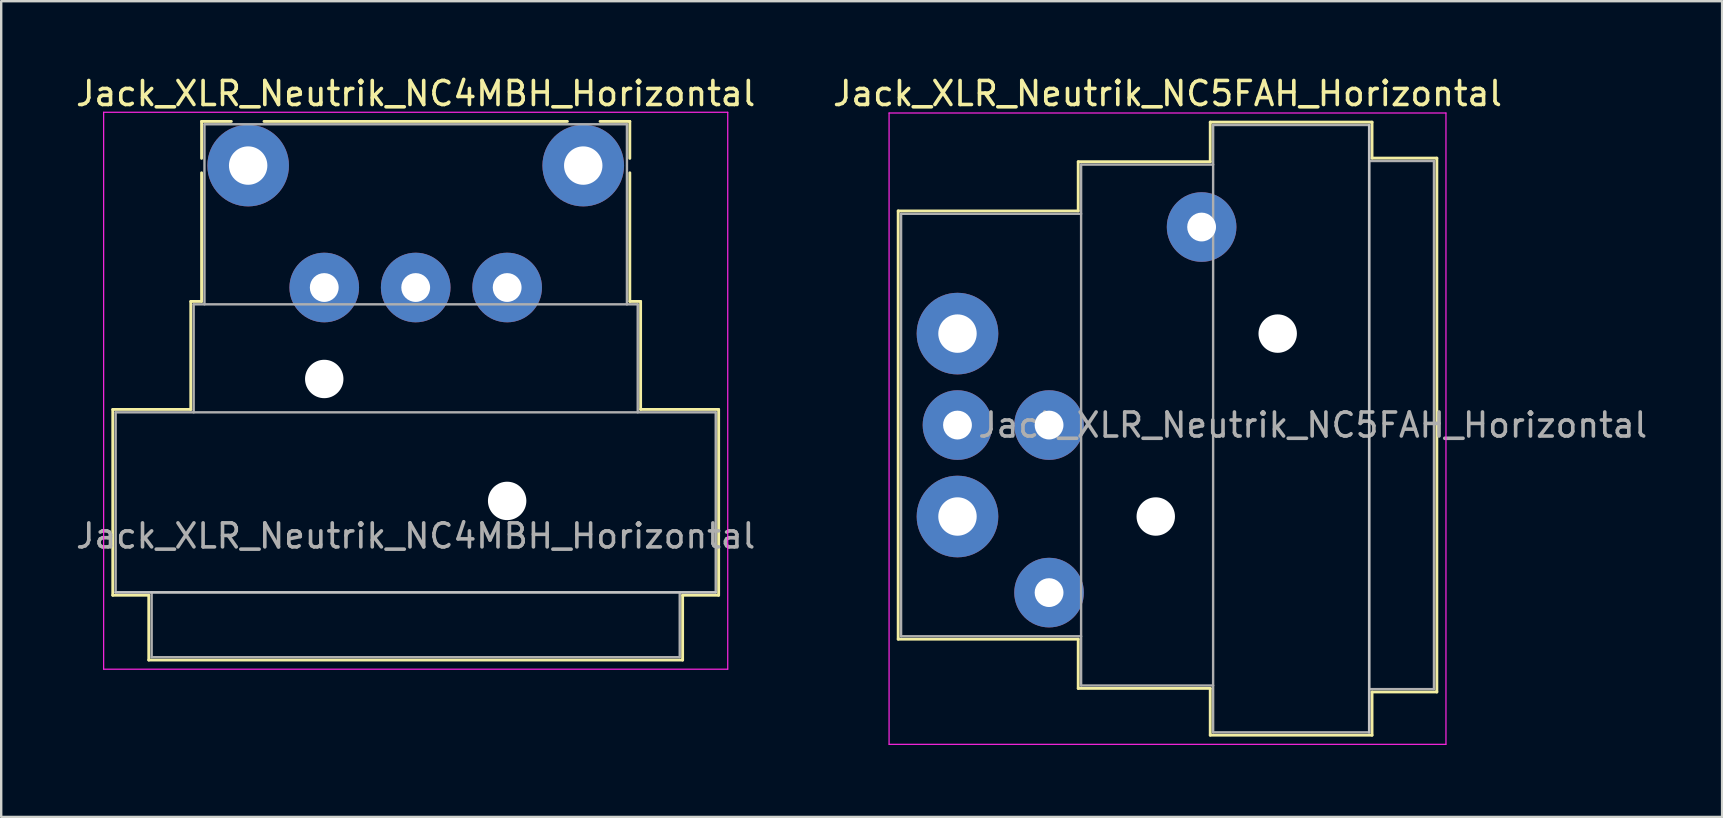
<source format=kicad_pcb>
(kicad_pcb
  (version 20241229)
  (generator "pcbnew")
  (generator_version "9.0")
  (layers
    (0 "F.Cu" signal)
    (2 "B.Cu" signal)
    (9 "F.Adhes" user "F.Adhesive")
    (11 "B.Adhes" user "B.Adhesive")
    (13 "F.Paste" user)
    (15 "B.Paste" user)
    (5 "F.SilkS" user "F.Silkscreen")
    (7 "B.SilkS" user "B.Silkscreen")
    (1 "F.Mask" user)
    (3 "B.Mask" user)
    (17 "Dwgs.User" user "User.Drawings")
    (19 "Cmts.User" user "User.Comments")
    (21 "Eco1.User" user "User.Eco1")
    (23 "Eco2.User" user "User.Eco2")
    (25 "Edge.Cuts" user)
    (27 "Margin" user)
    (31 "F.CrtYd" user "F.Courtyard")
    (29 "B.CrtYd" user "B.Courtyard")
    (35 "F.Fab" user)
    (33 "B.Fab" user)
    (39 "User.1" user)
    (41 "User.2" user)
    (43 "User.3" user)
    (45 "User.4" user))
  (footprint "Jack_XLR_Neutrik_NC5FAH_Horizontal"
    (layer "F.Cu")
    (at 36.839 10.848)
    (property "Reference" "Jack_XLR_Neutrik_NC5FAH_Horizontal" (at 8.75 -10 0) (layer "F.SilkS") (effects (font (size 1 1) (thickness 0.15))))
    (attr through_hole)
    (fp_line (start -2.47 -5.11) (end -2.47 12.73) (stroke (width 0.12) (type solid)) (layer "F.SilkS"))
    (fp_line (start 5.03 -5.11) (end -2.47 -5.11) (stroke (width 0.12) (type solid)) (layer "F.SilkS"))
    (fp_line (start 5.03 -5.11) (end 5.03 -7.16) (stroke (width 0.12) (type solid)) (layer "F.SilkS"))
    (fp_line (start 5.03 12.73) (end -2.47 12.73) (stroke (width 0.12) (type solid)) (layer "F.SilkS"))
    (fp_line (start 5.03 12.73) (end 5.03 14.78) (stroke (width 0.12) (type solid)) (layer "F.SilkS"))
    (fp_line (start 10.53 -7.16) (end 5.03 -7.16) (stroke (width 0.12) (type solid)) (layer "F.SilkS"))
    (fp_line (start 10.53 -7.16) (end 10.53 -8.81) (stroke (width 0.12) (type solid)) (layer "F.SilkS"))
    (fp_line (start 10.53 14.78) (end 5.03 14.78) (stroke (width 0.12) (type solid)) (layer "F.SilkS"))
    (fp_line (start 10.53 16.73) (end 10.53 14.78) (stroke (width 0.12) (type solid)) (layer "F.SilkS"))
    (fp_line (start 17.27 -8.81) (end 10.53 -8.81) (stroke (width 0.12) (type solid)) (layer "F.SilkS"))
    (fp_line (start 17.27 -8.81) (end 17.27 -7.31) (stroke (width 0.12) (type solid)) (layer "F.SilkS"))
    (fp_line (start 17.27 -7.31) (end 19.97 -7.31) (stroke (width 0.12) (type solid)) (layer "F.SilkS"))
    (fp_line (start 17.27 14.93) (end 17.27 16.73) (stroke (width 0.12) (type solid)) (layer "F.SilkS"))
    (fp_line (start 17.27 14.93) (end 19.97 14.93) (stroke (width 0.12) (type solid)) (layer "F.SilkS"))
    (fp_line (start 17.27 16.73) (end 10.53 16.73) (stroke (width 0.12) (type solid)) (layer "F.SilkS"))
    (fp_line (start 19.97 -7.31) (end 19.97 14.93) (stroke (width 0.12) (type solid)) (layer "F.SilkS"))
    (fp_line (start 17.15 -8.69) (end 17.15 16.61) (stroke (width 0.1) (type solid)) (layer "Dwgs.User"))
    (fp_line (start -2.85 -9.19) (end -2.85 17.11) (stroke (width 0.05) (type solid)) (layer "F.CrtYd"))
    (fp_line (start 20.35 -9.19) (end -2.85 -9.19) (stroke (width 0.05) (type solid)) (layer "F.CrtYd"))
    (fp_line (start 20.35 -9.19) (end 20.35 17.11) (stroke (width 0.05) (type solid)) (layer "F.CrtYd"))
    (fp_line (start 20.35 17.11) (end -2.85 17.11) (stroke (width 0.05) (type solid)) (layer "F.CrtYd"))
    (fp_line (start -2.35 -4.99) (end -2.35 12.61) (stroke (width 0.1) (type solid)) (layer "F.Fab"))
    (fp_line (start 5.15 -4.99) (end -2.35 -4.99) (stroke (width 0.1) (type solid)) (layer "F.Fab"))
    (fp_line (start 5.15 12.61) (end -2.35 12.61) (stroke (width 0.1) (type solid)) (layer "F.Fab"))
    (fp_line (start 5.15 14.66) (end 5.15 -7.04) (stroke (width 0.1) (type solid)) (layer "F.Fab"))
    (fp_line (start 5.15 14.66) (end 10.65 14.66) (stroke (width 0.1) (type solid)) (layer "F.Fab"))
    (fp_line (start 10.65 -8.69) (end 17.15 -8.69) (stroke (width 0.1) (type solid)) (layer "F.Fab"))
    (fp_line (start 10.65 -7.04) (end 5.15 -7.04) (stroke (width 0.1) (type solid)) (layer "F.Fab"))
    (fp_line (start 10.65 16.61) (end 10.65 -8.69) (stroke (width 0.1) (type solid)) (layer "F.Fab"))
    (fp_line (start 17.15 -8.69) (end 17.15 16.61) (stroke (width 0.1) (type solid)) (layer "F.Fab"))
    (fp_line (start 17.15 -7.19) (end 19.85 -7.19) (stroke (width 0.1) (type solid)) (layer "F.Fab"))
    (fp_line (start 17.15 16.61) (end 10.65 16.61) (stroke (width 0.1) (type solid)) (layer "F.Fab"))
    (fp_line (start 19.85 -7.19) (end 19.85 14.81) (stroke (width 0.1) (type solid)) (layer "F.Fab"))
    (fp_line (start 19.85 14.81) (end 17.15 14.81) (stroke (width 0.1) (type solid)) (layer "F.Fab"))
    (fp_text user "${REFERENCE}" (at 14.8 3.81 0) (layer "F.Fab") (effects (font (size 1 1) (thickness 0.15))))
    (pad "" np_thru_hole circle (at 8.26 7.62) (size 1.6 1.6) (drill 1.6) (layers "*.Cu" "*.Mask"))
    (pad "" np_thru_hole circle (at 13.34 0) (size 1.6 1.6) (drill 1.6) (layers "*.Cu" "*.Mask"))
    (pad "1" thru_hole circle (at 0 0) (size 3.4 3.4) (drill 1.6) (layers "*.Cu" "*.Mask"))
    (pad "2" thru_hole circle (at 3.815 3.81) (size 2.9 2.9) (drill 1.2) (layers "*.Cu" "*.Mask"))
    (pad "3" thru_hole circle (at 0 3.81) (size 2.9 2.9) (drill 1.2) (layers "*.Cu" "*.Mask"))
    (pad "4" thru_hole circle (at 3.815 10.79) (size 2.9 2.9) (drill 1.2) (layers "*.Cu" "*.Mask"))
    (pad "5" thru_hole circle (at 0 7.62) (size 3.4 3.4) (drill 1.6) (layers "*.Cu" "*.Mask"))
    (pad "G" thru_hole circle (at 10.17 -4.44) (size 2.9 2.9) (drill 1.2) (layers "*.Cu" "*.Mask")))
  (footprint "Jack_XLR_Neutrik_NC4MBH_Horizontal"
    (layer "F.Cu")
    (at 7.288 3.848)
    (property "Reference" "Jack_XLR_Neutrik_NC4MBH_Horizontal" (at 6.98 -3 0) (layer "F.SilkS") (effects (font (size 1 1) (thickness 0.15))))
    (attr through_hole)
    (fp_line (start -5.64 10.16) (end -2.39 10.16) (stroke (width 0.12) (type solid)) (layer "F.SilkS"))
    (fp_line (start -5.64 17.9) (end -5.64 10.16) (stroke (width 0.12) (type solid)) (layer "F.SilkS"))
    (fp_line (start -4.14 17.9) (end -5.64 17.9) (stroke (width 0.12) (type solid)) (layer "F.SilkS"))
    (fp_line (start -4.14 17.9) (end -4.14 20.6) (stroke (width 0.12) (type solid)) (layer "F.SilkS"))
    (fp_line (start -2.39 10.16) (end -2.39 5.66) (stroke (width 0.12) (type solid)) (layer "F.SilkS"))
    (fp_line (start -1.94 -1.84) (end -1.94 -0.3) (stroke (width 0.12) (type solid)) (layer "F.SilkS"))
    (fp_line (start -1.94 -1.84) (end -0.7 -1.84) (stroke (width 0.12) (type solid)) (layer "F.SilkS"))
    (fp_line (start -1.94 5.66) (end -2.39 5.66) (stroke (width 0.12) (type solid)) (layer "F.SilkS"))
    (fp_line (start -1.94 5.66) (end -1.94 0.3) (stroke (width 0.12) (type solid)) (layer "F.SilkS"))
    (fp_line (start 13.3 -1.84) (end 0.66 -1.84) (stroke (width 0.12) (type solid)) (layer "F.SilkS"))
    (fp_line (start 15.9 -1.84) (end 14.66 -1.84) (stroke (width 0.12) (type solid)) (layer "F.SilkS"))
    (fp_line (start 15.9 -1.84) (end 15.9 -0.3) (stroke (width 0.12) (type solid)) (layer "F.SilkS"))
    (fp_line (start 15.9 5.66) (end 15.9 0.3) (stroke (width 0.12) (type solid)) (layer "F.SilkS"))
    (fp_line (start 15.9 5.66) (end 16.35 5.66) (stroke (width 0.12) (type solid)) (layer "F.SilkS"))
    (fp_line (start 16.35 10.16) (end 16.35 5.66) (stroke (width 0.12) (type solid)) (layer "F.SilkS"))
    (fp_line (start 16.35 10.16) (end 19.6 10.16) (stroke (width 0.12) (type solid)) (layer "F.SilkS"))
    (fp_line (start 18.1 17.9) (end 18.1 20.6) (stroke (width 0.12) (type solid)) (layer "F.SilkS"))
    (fp_line (start 18.1 20.6) (end -4.14 20.6) (stroke (width 0.12) (type solid)) (layer "F.SilkS"))
    (fp_line (start 19.6 17.9) (end 18.1 17.9) (stroke (width 0.12) (type solid)) (layer "F.SilkS"))
    (fp_line (start 19.6 17.9) (end 19.6 10.16) (stroke (width 0.12) (type solid)) (layer "F.SilkS"))
    (fp_line (start 19.48 17.78) (end -5.52 17.78) (stroke (width 0.1) (type solid)) (layer "Dwgs.User"))
    (fp_line (start -6.02 20.98) (end -6.02 -2.22) (stroke (width 0.05) (type solid)) (layer "F.CrtYd"))
    (fp_line (start 19.98 -2.22) (end -6.02 -2.22) (stroke (width 0.05) (type solid)) (layer "F.CrtYd"))
    (fp_line (start 19.98 20.98) (end -6.02 20.98) (stroke (width 0.05) (type solid)) (layer "F.CrtYd"))
    (fp_line (start 19.98 20.98) (end 19.98 -2.22) (stroke (width 0.05) (type solid)) (layer "F.CrtYd"))
    (fp_line (start -5.52 10.28) (end 19.48 10.28) (stroke (width 0.1) (type solid)) (layer "F.Fab"))
    (fp_line (start -5.52 17.78) (end -5.52 10.28) (stroke (width 0.1) (type solid)) (layer "F.Fab"))
    (fp_line (start -4.02 20.48) (end -4.02 17.78) (stroke (width 0.1) (type solid)) (layer "F.Fab"))
    (fp_line (start -2.27 5.78) (end -2.27 10.28) (stroke (width 0.1) (type solid)) (layer "F.Fab"))
    (fp_line (start -2.27 5.78) (end 16.23 5.78) (stroke (width 0.1) (type solid)) (layer "F.Fab"))
    (fp_line (start -1.82 5.78) (end -1.82 -1.72) (stroke (width 0.1) (type solid)) (layer "F.Fab"))
    (fp_line (start 15.78 -1.72) (end -1.82 -1.72) (stroke (width 0.1) (type solid)) (layer "F.Fab"))
    (fp_line (start 15.78 5.78) (end 15.78 -1.72) (stroke (width 0.1) (type solid)) (layer "F.Fab"))
    (fp_line (start 16.23 10.28) (end 16.23 5.78) (stroke (width 0.1) (type solid)) (layer "F.Fab"))
    (fp_line (start 17.98 17.78) (end 17.98 20.48) (stroke (width 0.1) (type solid)) (layer "F.Fab"))
    (fp_line (start 17.98 20.48) (end -4.02 20.48) (stroke (width 0.1) (type solid)) (layer "F.Fab"))
    (fp_line (start 19.48 10.28) (end 19.48 17.78) (stroke (width 0.1) (type solid)) (layer "F.Fab"))
    (fp_line (start 19.48 17.78) (end -5.52 17.78) (stroke (width 0.1) (type solid)) (layer "F.Fab"))
    (fp_text user "${REFERENCE}" (at 6.98 15.43 0) (layer "F.Fab") (effects (font (size 1 1) (thickness 0.15))))
    (pad "" np_thru_hole circle (at 3.17 8.89) (size 1.6 1.6) (drill 1.6) (layers "*.Cu" "*.Mask"))
    (pad "" np_thru_hole circle (at 10.79 13.97) (size 1.6 1.6) (drill 1.6) (layers "*.Cu" "*.Mask"))
    (pad "1" thru_hole circle (at 0 0) (size 3.4 3.4) (drill 1.6) (layers "*.Cu" "*.Mask"))
    (pad "2" thru_hole circle (at 3.17 5.08) (size 2.9 2.9) (drill 1.2) (layers "*.Cu" "*.Mask"))
    (pad "3" thru_hole circle (at 10.79 5.08) (size 2.9 2.9) (drill 1.2) (layers "*.Cu" "*.Mask"))
    (pad "4" thru_hole circle (at 13.96 0) (size 3.4 3.4) (drill 1.6) (layers "*.Cu" "*.Mask"))
    (pad "G" thru_hole circle (at 6.98 5.08) (size 2.9 2.9) (drill 1.2) (layers "*.Cu" "*.Mask")))
  (gr_rect
    (start -3 -3)
    (end 68.693 30.983)
    (stroke (width 0.1) (type default))
    (fill no)
    (layer "Edge.Cuts")))
</source>
